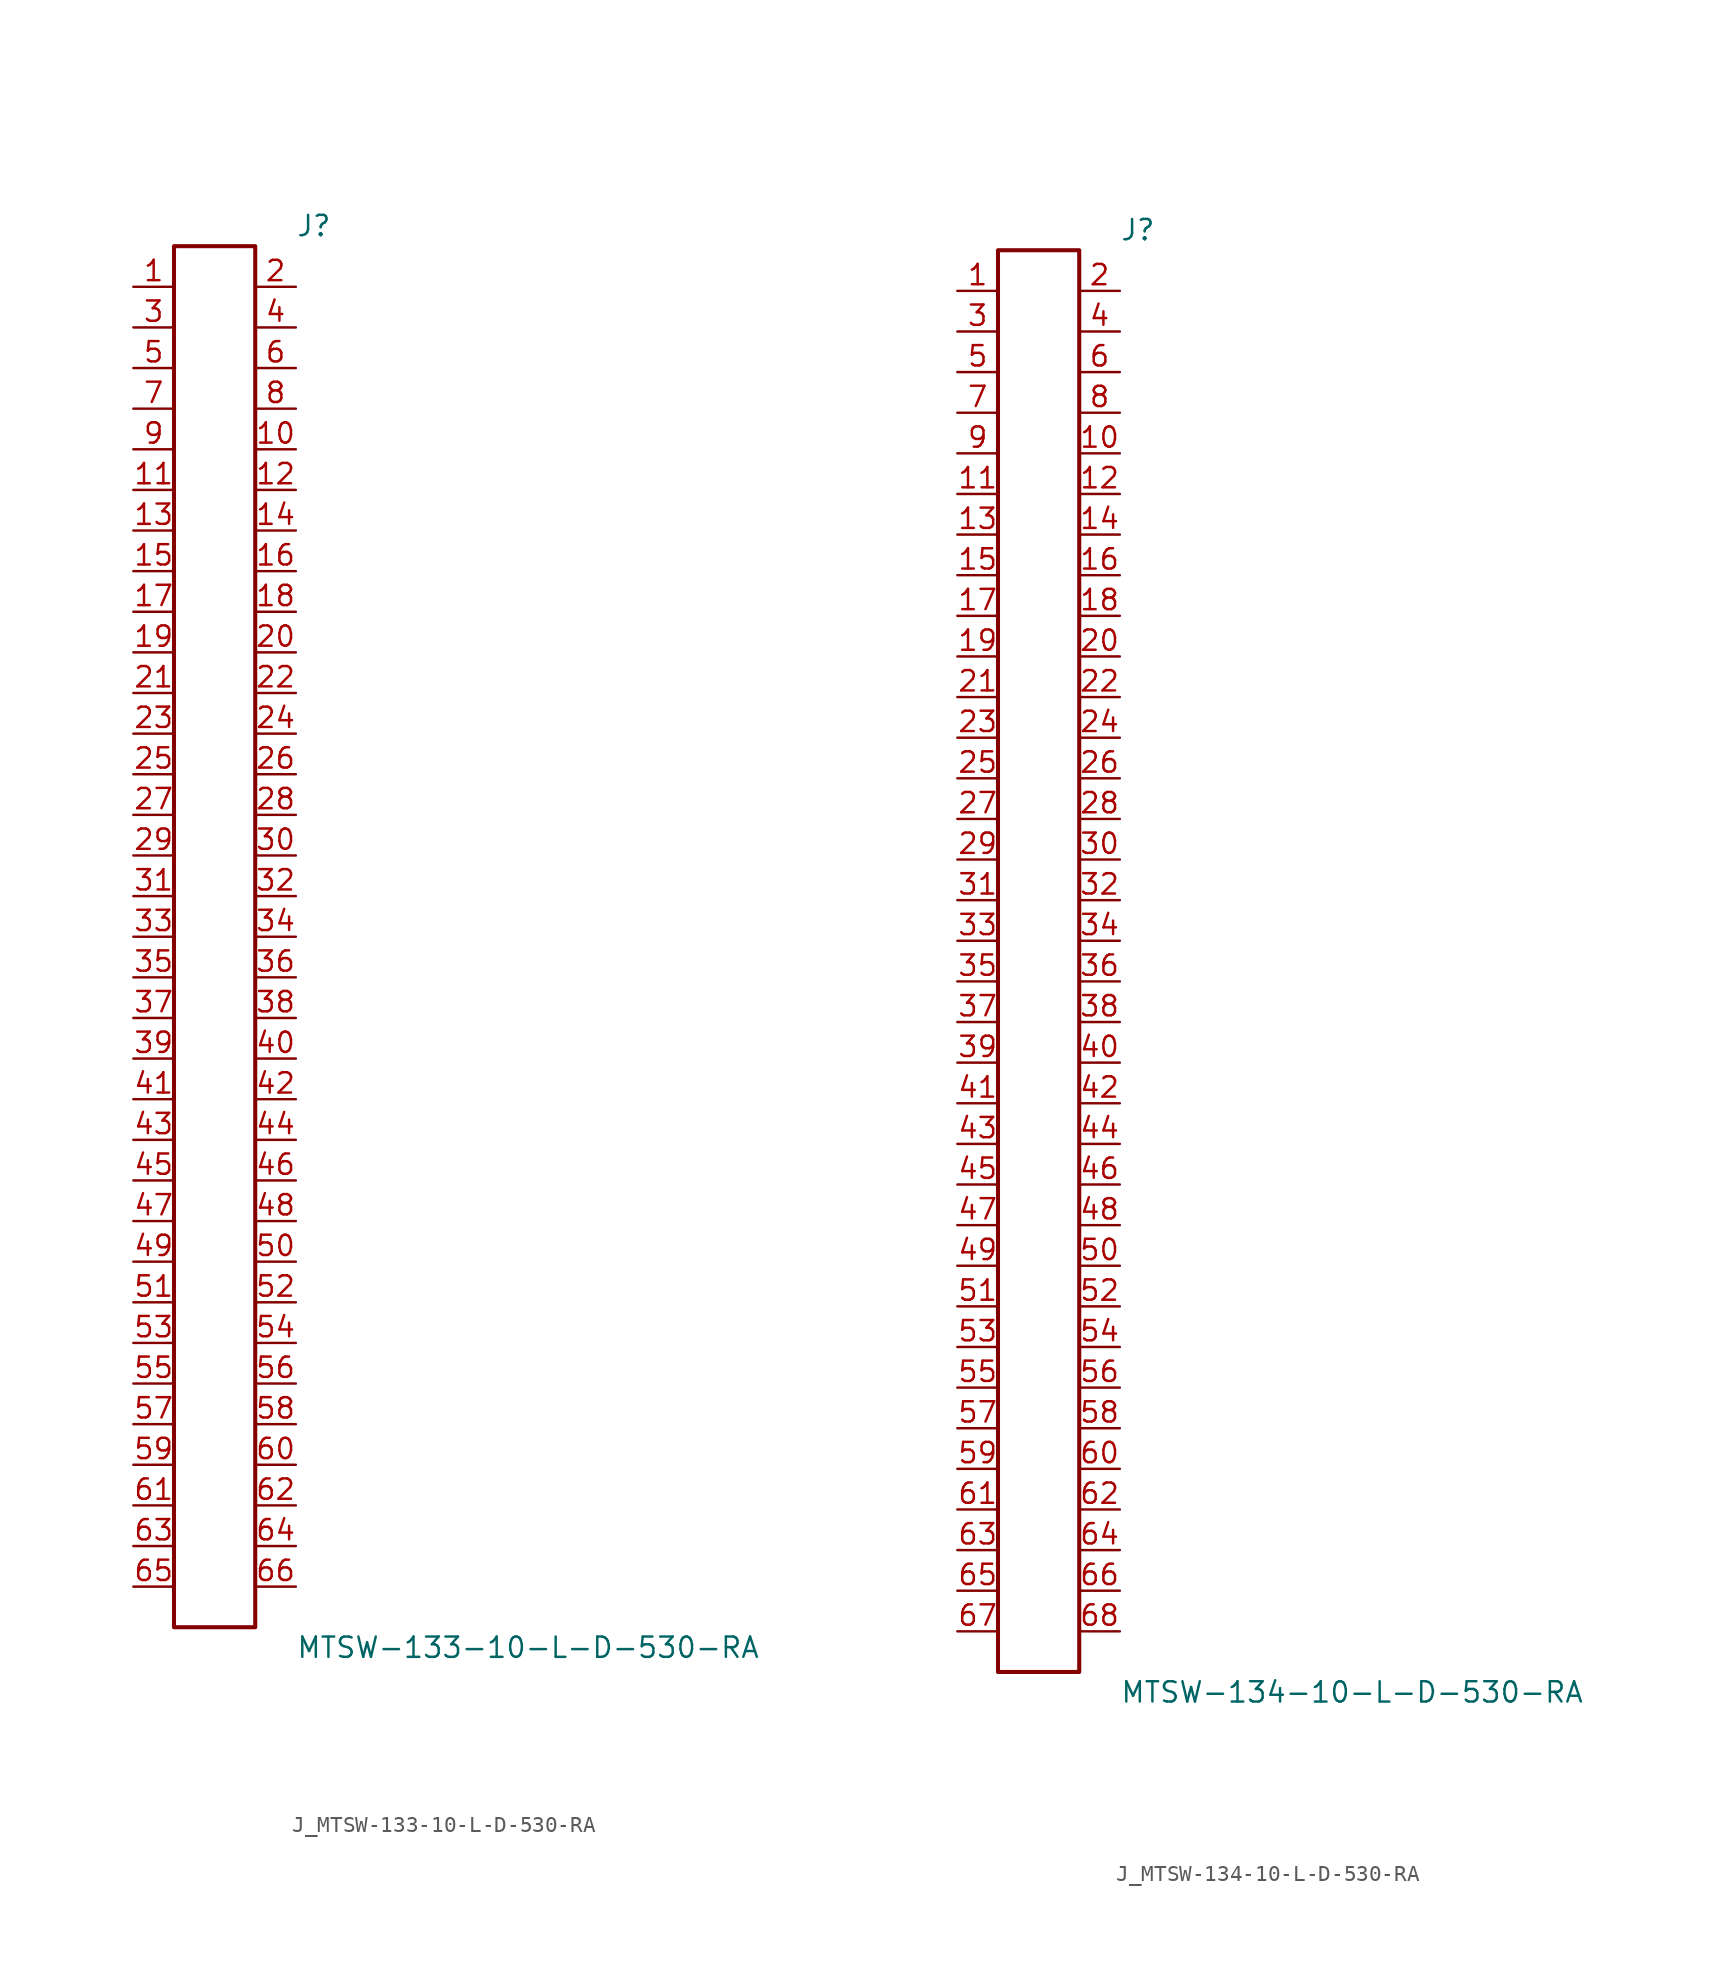
<source format=kicad_sym>
(kicad_symbol_lib
  (version 20231120)
  (generator kicad_symbol_editor)
  (generator_version 8.0)
  (symbol "J_MTSW-133-10-L-D-530-RA"
    (pin_names
      (offset 0.254))
    (property "Reference" "J"
      (at 5.08 44.45 0)
      (effects (font (size 1.27 1.27)) (justify left)))
    (property "Value" "MTSW-133-10-L-D-530-RA"
      (at 5.08 -44.45 0)
      (effects (font (size 1.27 1.27)) (justify left)))
    (symbol "J_MTSW-133-10-L-D-530-RA_0_0"
      (pin passive line (at -5.08 40.64 0) (length 2.54) (name "" (effects (font (size 1.27 1.27)))) (number "1" (effects (font (size 1.27 1.27)))))
      (pin passive line (at 5.08 40.64 180) (length 2.54) (name "" (effects (font (size 1.27 1.27)))) (number "2" (effects (font (size 1.27 1.27)))))
      (pin passive line (at -5.08 38.1 0) (length 2.54) (name "" (effects (font (size 1.27 1.27)))) (number "3" (effects (font (size 1.27 1.27)))))
      (pin passive line (at 5.08 38.1 180) (length 2.54) (name "" (effects (font (size 1.27 1.27)))) (number "4" (effects (font (size 1.27 1.27)))))
      (pin passive line (at -5.08 35.56 0) (length 2.54) (name "" (effects (font (size 1.27 1.27)))) (number "5" (effects (font (size 1.27 1.27)))))
      (pin passive line (at 5.08 35.56 180) (length 2.54) (name "" (effects (font (size 1.27 1.27)))) (number "6" (effects (font (size 1.27 1.27)))))
      (pin passive line (at -5.08 33.02 0) (length 2.54) (name "" (effects (font (size 1.27 1.27)))) (number "7" (effects (font (size 1.27 1.27)))))
      (pin passive line (at 5.08 33.02 180) (length 2.54) (name "" (effects (font (size 1.27 1.27)))) (number "8" (effects (font (size 1.27 1.27)))))
      (pin passive line (at -5.08 30.48 0) (length 2.54) (name "" (effects (font (size 1.27 1.27)))) (number "9" (effects (font (size 1.27 1.27)))))
      (pin passive line (at 5.08 30.48 180) (length 2.54) (name "" (effects (font (size 1.27 1.27)))) (number "10" (effects (font (size 1.27 1.27)))))
      (pin passive line (at -5.08 27.94 0) (length 2.54) (name "" (effects (font (size 1.27 1.27)))) (number "11" (effects (font (size 1.27 1.27)))))
      (pin passive line (at 5.08 27.94 180) (length 2.54) (name "" (effects (font (size 1.27 1.27)))) (number "12" (effects (font (size 1.27 1.27)))))
      (pin passive line (at -5.08 25.4 0) (length 2.54) (name "" (effects (font (size 1.27 1.27)))) (number "13" (effects (font (size 1.27 1.27)))))
      (pin passive line (at 5.08 25.4 180) (length 2.54) (name "" (effects (font (size 1.27 1.27)))) (number "14" (effects (font (size 1.27 1.27)))))
      (pin passive line (at -5.08 22.86 0) (length 2.54) (name "" (effects (font (size 1.27 1.27)))) (number "15" (effects (font (size 1.27 1.27)))))
      (pin passive line (at 5.08 22.86 180) (length 2.54) (name "" (effects (font (size 1.27 1.27)))) (number "16" (effects (font (size 1.27 1.27)))))
      (pin passive line (at -5.08 20.32 0) (length 2.54) (name "" (effects (font (size 1.27 1.27)))) (number "17" (effects (font (size 1.27 1.27)))))
      (pin passive line (at 5.08 20.32 180) (length 2.54) (name "" (effects (font (size 1.27 1.27)))) (number "18" (effects (font (size 1.27 1.27)))))
      (pin passive line (at -5.08 17.78 0) (length 2.54) (name "" (effects (font (size 1.27 1.27)))) (number "19" (effects (font (size 1.27 1.27)))))
      (pin passive line (at 5.08 17.78 180) (length 2.54) (name "" (effects (font (size 1.27 1.27)))) (number "20" (effects (font (size 1.27 1.27)))))
      (pin passive line (at -5.08 15.24 0) (length 2.54) (name "" (effects (font (size 1.27 1.27)))) (number "21" (effects (font (size 1.27 1.27)))))
      (pin passive line (at 5.08 15.24 180) (length 2.54) (name "" (effects (font (size 1.27 1.27)))) (number "22" (effects (font (size 1.27 1.27)))))
      (pin passive line (at -5.08 12.7 0) (length 2.54) (name "" (effects (font (size 1.27 1.27)))) (number "23" (effects (font (size 1.27 1.27)))))
      (pin passive line (at 5.08 12.7 180) (length 2.54) (name "" (effects (font (size 1.27 1.27)))) (number "24" (effects (font (size 1.27 1.27)))))
      (pin passive line (at -5.08 10.16 0) (length 2.54) (name "" (effects (font (size 1.27 1.27)))) (number "25" (effects (font (size 1.27 1.27)))))
      (pin passive line (at 5.08 10.16 180) (length 2.54) (name "" (effects (font (size 1.27 1.27)))) (number "26" (effects (font (size 1.27 1.27)))))
      (pin passive line (at -5.08 7.62 0) (length 2.54) (name "" (effects (font (size 1.27 1.27)))) (number "27" (effects (font (size 1.27 1.27)))))
      (pin passive line (at 5.08 7.62 180) (length 2.54) (name "" (effects (font (size 1.27 1.27)))) (number "28" (effects (font (size 1.27 1.27)))))
      (pin passive line (at -5.08 5.08 0) (length 2.54) (name "" (effects (font (size 1.27 1.27)))) (number "29" (effects (font (size 1.27 1.27)))))
      (pin passive line (at 5.08 5.08 180) (length 2.54) (name "" (effects (font (size 1.27 1.27)))) (number "30" (effects (font (size 1.27 1.27)))))
      (pin passive line (at -5.08 2.54 0) (length 2.54) (name "" (effects (font (size 1.27 1.27)))) (number "31" (effects (font (size 1.27 1.27)))))
      (pin passive line (at 5.08 2.54 180) (length 2.54) (name "" (effects (font (size 1.27 1.27)))) (number "32" (effects (font (size 1.27 1.27)))))
      (pin passive line (at -5.08 0.0 0) (length 2.54) (name "" (effects (font (size 1.27 1.27)))) (number "33" (effects (font (size 1.27 1.27)))))
      (pin passive line (at 5.08 0.0 180) (length 2.54) (name "" (effects (font (size 1.27 1.27)))) (number "34" (effects (font (size 1.27 1.27)))))
      (pin passive line (at -5.08 -2.54 0) (length 2.54) (name "" (effects (font (size 1.27 1.27)))) (number "35" (effects (font (size 1.27 1.27)))))
      (pin passive line (at 5.08 -2.54 180) (length 2.54) (name "" (effects (font (size 1.27 1.27)))) (number "36" (effects (font (size 1.27 1.27)))))
      (pin passive line (at -5.08 -5.08 0) (length 2.54) (name "" (effects (font (size 1.27 1.27)))) (number "37" (effects (font (size 1.27 1.27)))))
      (pin passive line (at 5.08 -5.08 180) (length 2.54) (name "" (effects (font (size 1.27 1.27)))) (number "38" (effects (font (size 1.27 1.27)))))
      (pin passive line (at -5.08 -7.62 0) (length 2.54) (name "" (effects (font (size 1.27 1.27)))) (number "39" (effects (font (size 1.27 1.27)))))
      (pin passive line (at 5.08 -7.62 180) (length 2.54) (name "" (effects (font (size 1.27 1.27)))) (number "40" (effects (font (size 1.27 1.27)))))
      (pin passive line (at -5.08 -10.16 0) (length 2.54) (name "" (effects (font (size 1.27 1.27)))) (number "41" (effects (font (size 1.27 1.27)))))
      (pin passive line (at 5.08 -10.16 180) (length 2.54) (name "" (effects (font (size 1.27 1.27)))) (number "42" (effects (font (size 1.27 1.27)))))
      (pin passive line (at -5.08 -12.7 0) (length 2.54) (name "" (effects (font (size 1.27 1.27)))) (number "43" (effects (font (size 1.27 1.27)))))
      (pin passive line (at 5.08 -12.7 180) (length 2.54) (name "" (effects (font (size 1.27 1.27)))) (number "44" (effects (font (size 1.27 1.27)))))
      (pin passive line (at -5.08 -15.24 0) (length 2.54) (name "" (effects (font (size 1.27 1.27)))) (number "45" (effects (font (size 1.27 1.27)))))
      (pin passive line (at 5.08 -15.24 180) (length 2.54) (name "" (effects (font (size 1.27 1.27)))) (number "46" (effects (font (size 1.27 1.27)))))
      (pin passive line (at -5.08 -17.78 0) (length 2.54) (name "" (effects (font (size 1.27 1.27)))) (number "47" (effects (font (size 1.27 1.27)))))
      (pin passive line (at 5.08 -17.78 180) (length 2.54) (name "" (effects (font (size 1.27 1.27)))) (number "48" (effects (font (size 1.27 1.27)))))
      (pin passive line (at -5.08 -20.32 0) (length 2.54) (name "" (effects (font (size 1.27 1.27)))) (number "49" (effects (font (size 1.27 1.27)))))
      (pin passive line (at 5.08 -20.32 180) (length 2.54) (name "" (effects (font (size 1.27 1.27)))) (number "50" (effects (font (size 1.27 1.27)))))
      (pin passive line (at -5.08 -22.86 0) (length 2.54) (name "" (effects (font (size 1.27 1.27)))) (number "51" (effects (font (size 1.27 1.27)))))
      (pin passive line (at 5.08 -22.86 180) (length 2.54) (name "" (effects (font (size 1.27 1.27)))) (number "52" (effects (font (size 1.27 1.27)))))
      (pin passive line (at -5.08 -25.4 0) (length 2.54) (name "" (effects (font (size 1.27 1.27)))) (number "53" (effects (font (size 1.27 1.27)))))
      (pin passive line (at 5.08 -25.4 180) (length 2.54) (name "" (effects (font (size 1.27 1.27)))) (number "54" (effects (font (size 1.27 1.27)))))
      (pin passive line (at -5.08 -27.94 0) (length 2.54) (name "" (effects (font (size 1.27 1.27)))) (number "55" (effects (font (size 1.27 1.27)))))
      (pin passive line (at 5.08 -27.94 180) (length 2.54) (name "" (effects (font (size 1.27 1.27)))) (number "56" (effects (font (size 1.27 1.27)))))
      (pin passive line (at -5.08 -30.48 0) (length 2.54) (name "" (effects (font (size 1.27 1.27)))) (number "57" (effects (font (size 1.27 1.27)))))
      (pin passive line (at 5.08 -30.48 180) (length 2.54) (name "" (effects (font (size 1.27 1.27)))) (number "58" (effects (font (size 1.27 1.27)))))
      (pin passive line (at -5.08 -33.02 0) (length 2.54) (name "" (effects (font (size 1.27 1.27)))) (number "59" (effects (font (size 1.27 1.27)))))
      (pin passive line (at 5.08 -33.02 180) (length 2.54) (name "" (effects (font (size 1.27 1.27)))) (number "60" (effects (font (size 1.27 1.27)))))
      (pin passive line (at -5.08 -35.56 0) (length 2.54) (name "" (effects (font (size 1.27 1.27)))) (number "61" (effects (font (size 1.27 1.27)))))
      (pin passive line (at 5.08 -35.56 180) (length 2.54) (name "" (effects (font (size 1.27 1.27)))) (number "62" (effects (font (size 1.27 1.27)))))
      (pin passive line (at -5.08 -38.1 0) (length 2.54) (name "" (effects (font (size 1.27 1.27)))) (number "63" (effects (font (size 1.27 1.27)))))
      (pin passive line (at 5.08 -38.1 180) (length 2.54) (name "" (effects (font (size 1.27 1.27)))) (number "64" (effects (font (size 1.27 1.27)))))
      (pin passive line (at -5.08 -40.64 0) (length 2.54) (name "" (effects (font (size 1.27 1.27)))) (number "65" (effects (font (size 1.27 1.27)))))
      (pin passive line (at 5.08 -40.64 180) (length 2.54) (name "" (effects (font (size 1.27 1.27)))) (number "66" (effects (font (size 1.27 1.27))))))
    (symbol "J_MTSW-133-10-L-D-530-RA_1_0"
      (rectangle (start -2.54 43.18) (end 2.54 -43.18) (stroke (width 0.254) (type solid)) (fill (type none)))))
  (symbol "J_MTSW-134-10-L-D-530-RA"
    (pin_names
      (offset 0.254))
    (property "Reference" "J"
      (at 5.08 45.72 0)
      (effects (font (size 1.27 1.27)) (justify left)))
    (property "Value" "MTSW-134-10-L-D-530-RA"
      (at 5.08 -45.72 0)
      (effects (font (size 1.27 1.27)) (justify left)))
    (symbol "J_MTSW-134-10-L-D-530-RA_0_0"
      (pin passive line (at -5.08 41.91 0) (length 2.54) (name "" (effects (font (size 1.27 1.27)))) (number "1" (effects (font (size 1.27 1.27)))))
      (pin passive line (at 5.08 41.91 180) (length 2.54) (name "" (effects (font (size 1.27 1.27)))) (number "2" (effects (font (size 1.27 1.27)))))
      (pin passive line (at -5.08 39.37 0) (length 2.54) (name "" (effects (font (size 1.27 1.27)))) (number "3" (effects (font (size 1.27 1.27)))))
      (pin passive line (at 5.08 39.37 180) (length 2.54) (name "" (effects (font (size 1.27 1.27)))) (number "4" (effects (font (size 1.27 1.27)))))
      (pin passive line (at -5.08 36.83 0) (length 2.54) (name "" (effects (font (size 1.27 1.27)))) (number "5" (effects (font (size 1.27 1.27)))))
      (pin passive line (at 5.08 36.83 180) (length 2.54) (name "" (effects (font (size 1.27 1.27)))) (number "6" (effects (font (size 1.27 1.27)))))
      (pin passive line (at -5.08 34.29 0) (length 2.54) (name "" (effects (font (size 1.27 1.27)))) (number "7" (effects (font (size 1.27 1.27)))))
      (pin passive line (at 5.08 34.29 180) (length 2.54) (name "" (effects (font (size 1.27 1.27)))) (number "8" (effects (font (size 1.27 1.27)))))
      (pin passive line (at -5.08 31.75 0) (length 2.54) (name "" (effects (font (size 1.27 1.27)))) (number "9" (effects (font (size 1.27 1.27)))))
      (pin passive line (at 5.08 31.75 180) (length 2.54) (name "" (effects (font (size 1.27 1.27)))) (number "10" (effects (font (size 1.27 1.27)))))
      (pin passive line (at -5.08 29.21 0) (length 2.54) (name "" (effects (font (size 1.27 1.27)))) (number "11" (effects (font (size 1.27 1.27)))))
      (pin passive line (at 5.08 29.21 180) (length 2.54) (name "" (effects (font (size 1.27 1.27)))) (number "12" (effects (font (size 1.27 1.27)))))
      (pin passive line (at -5.08 26.67 0) (length 2.54) (name "" (effects (font (size 1.27 1.27)))) (number "13" (effects (font (size 1.27 1.27)))))
      (pin passive line (at 5.08 26.67 180) (length 2.54) (name "" (effects (font (size 1.27 1.27)))) (number "14" (effects (font (size 1.27 1.27)))))
      (pin passive line (at -5.08 24.13 0) (length 2.54) (name "" (effects (font (size 1.27 1.27)))) (number "15" (effects (font (size 1.27 1.27)))))
      (pin passive line (at 5.08 24.13 180) (length 2.54) (name "" (effects (font (size 1.27 1.27)))) (number "16" (effects (font (size 1.27 1.27)))))
      (pin passive line (at -5.08 21.59 0) (length 2.54) (name "" (effects (font (size 1.27 1.27)))) (number "17" (effects (font (size 1.27 1.27)))))
      (pin passive line (at 5.08 21.59 180) (length 2.54) (name "" (effects (font (size 1.27 1.27)))) (number "18" (effects (font (size 1.27 1.27)))))
      (pin passive line (at -5.08 19.05 0) (length 2.54) (name "" (effects (font (size 1.27 1.27)))) (number "19" (effects (font (size 1.27 1.27)))))
      (pin passive line (at 5.08 19.05 180) (length 2.54) (name "" (effects (font (size 1.27 1.27)))) (number "20" (effects (font (size 1.27 1.27)))))
      (pin passive line (at -5.08 16.51 0) (length 2.54) (name "" (effects (font (size 1.27 1.27)))) (number "21" (effects (font (size 1.27 1.27)))))
      (pin passive line (at 5.08 16.51 180) (length 2.54) (name "" (effects (font (size 1.27 1.27)))) (number "22" (effects (font (size 1.27 1.27)))))
      (pin passive line (at -5.08 13.97 0) (length 2.54) (name "" (effects (font (size 1.27 1.27)))) (number "23" (effects (font (size 1.27 1.27)))))
      (pin passive line (at 5.08 13.97 180) (length 2.54) (name "" (effects (font (size 1.27 1.27)))) (number "24" (effects (font (size 1.27 1.27)))))
      (pin passive line (at -5.08 11.43 0) (length 2.54) (name "" (effects (font (size 1.27 1.27)))) (number "25" (effects (font (size 1.27 1.27)))))
      (pin passive line (at 5.08 11.43 180) (length 2.54) (name "" (effects (font (size 1.27 1.27)))) (number "26" (effects (font (size 1.27 1.27)))))
      (pin passive line (at -5.08 8.89 0) (length 2.54) (name "" (effects (font (size 1.27 1.27)))) (number "27" (effects (font (size 1.27 1.27)))))
      (pin passive line (at 5.08 8.89 180) (length 2.54) (name "" (effects (font (size 1.27 1.27)))) (number "28" (effects (font (size 1.27 1.27)))))
      (pin passive line (at -5.08 6.35 0) (length 2.54) (name "" (effects (font (size 1.27 1.27)))) (number "29" (effects (font (size 1.27 1.27)))))
      (pin passive line (at 5.08 6.35 180) (length 2.54) (name "" (effects (font (size 1.27 1.27)))) (number "30" (effects (font (size 1.27 1.27)))))
      (pin passive line (at -5.08 3.81 0) (length 2.54) (name "" (effects (font (size 1.27 1.27)))) (number "31" (effects (font (size 1.27 1.27)))))
      (pin passive line (at 5.08 3.81 180) (length 2.54) (name "" (effects (font (size 1.27 1.27)))) (number "32" (effects (font (size 1.27 1.27)))))
      (pin passive line (at -5.08 1.27 0) (length 2.54) (name "" (effects (font (size 1.27 1.27)))) (number "33" (effects (font (size 1.27 1.27)))))
      (pin passive line (at 5.08 1.27 180) (length 2.54) (name "" (effects (font (size 1.27 1.27)))) (number "34" (effects (font (size 1.27 1.27)))))
      (pin passive line (at -5.08 -1.27 0) (length 2.54) (name "" (effects (font (size 1.27 1.27)))) (number "35" (effects (font (size 1.27 1.27)))))
      (pin passive line (at 5.08 -1.27 180) (length 2.54) (name "" (effects (font (size 1.27 1.27)))) (number "36" (effects (font (size 1.27 1.27)))))
      (pin passive line (at -5.08 -3.81 0) (length 2.54) (name "" (effects (font (size 1.27 1.27)))) (number "37" (effects (font (size 1.27 1.27)))))
      (pin passive line (at 5.08 -3.81 180) (length 2.54) (name "" (effects (font (size 1.27 1.27)))) (number "38" (effects (font (size 1.27 1.27)))))
      (pin passive line (at -5.08 -6.35 0) (length 2.54) (name "" (effects (font (size 1.27 1.27)))) (number "39" (effects (font (size 1.27 1.27)))))
      (pin passive line (at 5.08 -6.35 180) (length 2.54) (name "" (effects (font (size 1.27 1.27)))) (number "40" (effects (font (size 1.27 1.27)))))
      (pin passive line (at -5.08 -8.89 0) (length 2.54) (name "" (effects (font (size 1.27 1.27)))) (number "41" (effects (font (size 1.27 1.27)))))
      (pin passive line (at 5.08 -8.89 180) (length 2.54) (name "" (effects (font (size 1.27 1.27)))) (number "42" (effects (font (size 1.27 1.27)))))
      (pin passive line (at -5.08 -11.43 0) (length 2.54) (name "" (effects (font (size 1.27 1.27)))) (number "43" (effects (font (size 1.27 1.27)))))
      (pin passive line (at 5.08 -11.43 180) (length 2.54) (name "" (effects (font (size 1.27 1.27)))) (number "44" (effects (font (size 1.27 1.27)))))
      (pin passive line (at -5.08 -13.97 0) (length 2.54) (name "" (effects (font (size 1.27 1.27)))) (number "45" (effects (font (size 1.27 1.27)))))
      (pin passive line (at 5.08 -13.97 180) (length 2.54) (name "" (effects (font (size 1.27 1.27)))) (number "46" (effects (font (size 1.27 1.27)))))
      (pin passive line (at -5.08 -16.51 0) (length 2.54) (name "" (effects (font (size 1.27 1.27)))) (number "47" (effects (font (size 1.27 1.27)))))
      (pin passive line (at 5.08 -16.51 180) (length 2.54) (name "" (effects (font (size 1.27 1.27)))) (number "48" (effects (font (size 1.27 1.27)))))
      (pin passive line (at -5.08 -19.05 0) (length 2.54) (name "" (effects (font (size 1.27 1.27)))) (number "49" (effects (font (size 1.27 1.27)))))
      (pin passive line (at 5.08 -19.05 180) (length 2.54) (name "" (effects (font (size 1.27 1.27)))) (number "50" (effects (font (size 1.27 1.27)))))
      (pin passive line (at -5.08 -21.59 0) (length 2.54) (name "" (effects (font (size 1.27 1.27)))) (number "51" (effects (font (size 1.27 1.27)))))
      (pin passive line (at 5.08 -21.59 180) (length 2.54) (name "" (effects (font (size 1.27 1.27)))) (number "52" (effects (font (size 1.27 1.27)))))
      (pin passive line (at -5.08 -24.13 0) (length 2.54) (name "" (effects (font (size 1.27 1.27)))) (number "53" (effects (font (size 1.27 1.27)))))
      (pin passive line (at 5.08 -24.13 180) (length 2.54) (name "" (effects (font (size 1.27 1.27)))) (number "54" (effects (font (size 1.27 1.27)))))
      (pin passive line (at -5.08 -26.67 0) (length 2.54) (name "" (effects (font (size 1.27 1.27)))) (number "55" (effects (font (size 1.27 1.27)))))
      (pin passive line (at 5.08 -26.67 180) (length 2.54) (name "" (effects (font (size 1.27 1.27)))) (number "56" (effects (font (size 1.27 1.27)))))
      (pin passive line (at -5.08 -29.21 0) (length 2.54) (name "" (effects (font (size 1.27 1.27)))) (number "57" (effects (font (size 1.27 1.27)))))
      (pin passive line (at 5.08 -29.21 180) (length 2.54) (name "" (effects (font (size 1.27 1.27)))) (number "58" (effects (font (size 1.27 1.27)))))
      (pin passive line (at -5.08 -31.75 0) (length 2.54) (name "" (effects (font (size 1.27 1.27)))) (number "59" (effects (font (size 1.27 1.27)))))
      (pin passive line (at 5.08 -31.75 180) (length 2.54) (name "" (effects (font (size 1.27 1.27)))) (number "60" (effects (font (size 1.27 1.27)))))
      (pin passive line (at -5.08 -34.29 0) (length 2.54) (name "" (effects (font (size 1.27 1.27)))) (number "61" (effects (font (size 1.27 1.27)))))
      (pin passive line (at 5.08 -34.29 180) (length 2.54) (name "" (effects (font (size 1.27 1.27)))) (number "62" (effects (font (size 1.27 1.27)))))
      (pin passive line (at -5.08 -36.83 0) (length 2.54) (name "" (effects (font (size 1.27 1.27)))) (number "63" (effects (font (size 1.27 1.27)))))
      (pin passive line (at 5.08 -36.83 180) (length 2.54) (name "" (effects (font (size 1.27 1.27)))) (number "64" (effects (font (size 1.27 1.27)))))
      (pin passive line (at -5.08 -39.37 0) (length 2.54) (name "" (effects (font (size 1.27 1.27)))) (number "65" (effects (font (size 1.27 1.27)))))
      (pin passive line (at 5.08 -39.37 180) (length 2.54) (name "" (effects (font (size 1.27 1.27)))) (number "66" (effects (font (size 1.27 1.27)))))
      (pin passive line (at -5.08 -41.91 0) (length 2.54) (name "" (effects (font (size 1.27 1.27)))) (number "67" (effects (font (size 1.27 1.27)))))
      (pin passive line (at 5.08 -41.91 180) (length 2.54) (name "" (effects (font (size 1.27 1.27)))) (number "68" (effects (font (size 1.27 1.27))))))
    (symbol "J_MTSW-134-10-L-D-530-RA_1_0"
      (rectangle (start -2.54 44.45) (end 2.54 -44.45) (stroke (width 0.254) (type solid)) (fill (type none))))))
</source>
